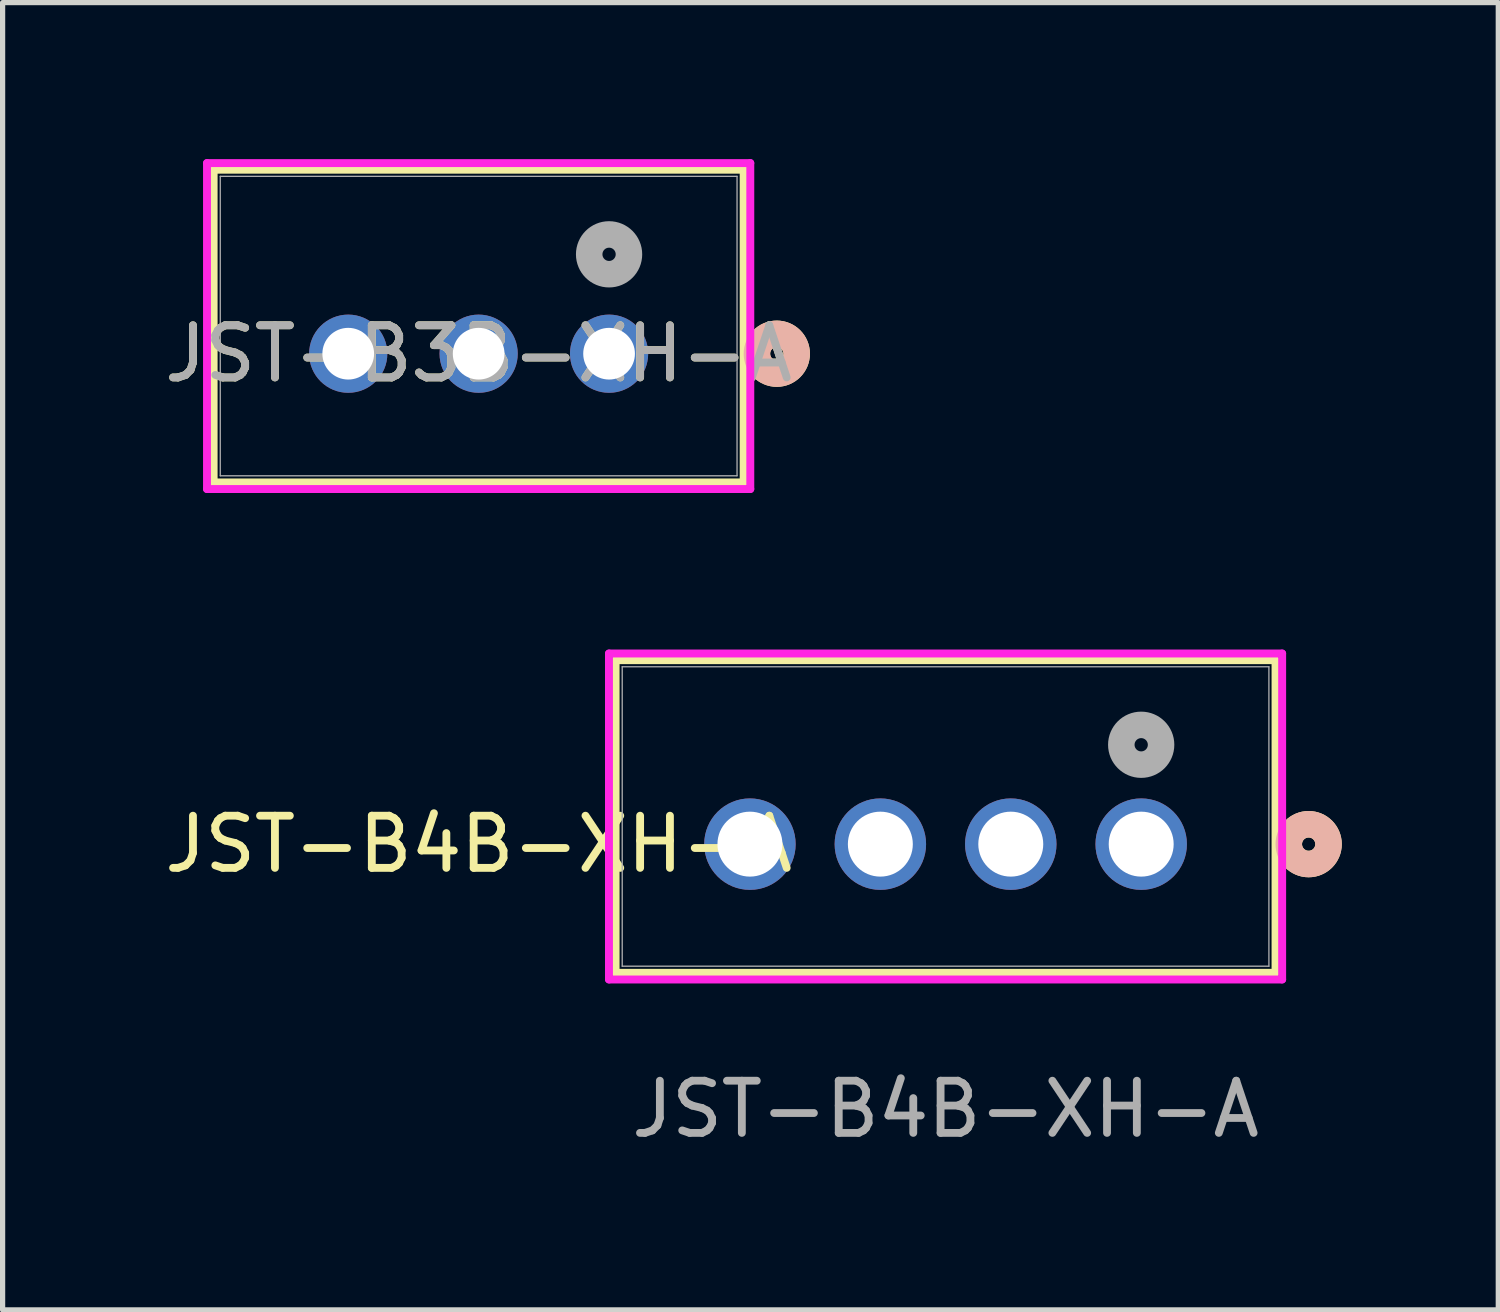
<source format=kicad_pcb>
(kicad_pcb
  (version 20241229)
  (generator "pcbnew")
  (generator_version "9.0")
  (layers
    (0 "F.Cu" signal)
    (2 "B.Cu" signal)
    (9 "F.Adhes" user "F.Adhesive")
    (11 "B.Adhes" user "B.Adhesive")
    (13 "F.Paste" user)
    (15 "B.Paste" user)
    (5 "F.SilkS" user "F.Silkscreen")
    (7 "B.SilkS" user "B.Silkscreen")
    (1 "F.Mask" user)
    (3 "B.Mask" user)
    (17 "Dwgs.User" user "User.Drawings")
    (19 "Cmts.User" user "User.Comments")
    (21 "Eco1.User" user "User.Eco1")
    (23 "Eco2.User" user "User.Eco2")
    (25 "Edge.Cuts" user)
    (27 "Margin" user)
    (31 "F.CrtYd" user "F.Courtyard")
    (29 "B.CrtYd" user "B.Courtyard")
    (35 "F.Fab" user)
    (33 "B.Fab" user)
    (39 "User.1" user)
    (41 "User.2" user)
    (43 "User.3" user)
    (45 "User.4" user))
  (footprint "JST-B3B-XH-A"
    (layer "F.Cu")
    (at 8.625 3.73)
    (property "Reference" "JST-B3B-XH-A" (at -2.5 0 0) (unlocked yes) (layer "F.SilkS") (effects (font (size 1 1) (thickness 0.15))))
    (attr through_hole)
    (fp_line (start -7.58 -3.527) (end -7.58 2.467) (stroke (width 0.152) (type solid)) (layer "F.SilkS"))
    (fp_line (start -7.58 2.467) (end 2.58 2.467) (stroke (width 0.152) (type solid)) (layer "F.SilkS"))
    (fp_line (start 2.58 -3.527) (end -7.58 -3.527) (stroke (width 0.152) (type solid)) (layer "F.SilkS"))
    (fp_line (start 2.58 2.467) (end 2.58 -3.527) (stroke (width 0.152) (type solid)) (layer "F.SilkS"))
    (fp_circle (center 3.215 0) (end 3.596 0) (stroke (width 0.508) (type solid)) (fill no) (layer "F.SilkS"))
    (fp_circle (center 3.215 0) (end 3.596 0) (stroke (width 0.508) (type solid)) (fill no) (layer "B.SilkS"))
    (fp_line (start -7.707 -3.654) (end -7.707 2.594) (stroke (width 0.152) (type solid)) (layer "F.CrtYd"))
    (fp_line (start -7.707 2.594) (end 2.707 2.594) (stroke (width 0.152) (type solid)) (layer "F.CrtYd"))
    (fp_line (start 2.707 -3.654) (end -7.707 -3.654) (stroke (width 0.152) (type solid)) (layer "F.CrtYd"))
    (fp_line (start 2.707 2.594) (end 2.707 -3.654) (stroke (width 0.152) (type solid)) (layer "F.CrtYd"))
    (fp_line (start -7.453 -3.4) (end -7.453 2.34) (stroke (width 0.025) (type solid)) (layer "F.Fab"))
    (fp_line (start -7.453 2.34) (end 2.453 2.34) (stroke (width 0.025) (type solid)) (layer "F.Fab"))
    (fp_line (start 2.453 -3.4) (end -7.453 -3.4) (stroke (width 0.025) (type solid)) (layer "F.Fab"))
    (fp_line (start 2.453 2.34) (end 2.453 -3.4) (stroke (width 0.025) (type solid)) (layer "F.Fab"))
    (fp_circle (center 0 -1.905) (end 0.381 -1.905) (stroke (width 0.508) (type solid)) (fill no) (layer "F.Fab"))
    (fp_text user "${REFERENCE}" (at -2.5 0 0) (unlocked yes) (layer "F.Fab") (effects (font (size 1 1) (thickness 0.15))))
    (pad "1" thru_hole circle (at 0 0) (size 1.499 1.499) (drill 0.991) (layers "*.Cu" "*.Mask"))
    (pad "2" thru_hole circle (at -2.5 0) (size 1.499 1.499) (drill 0.991) (layers "*.Cu" "*.Mask"))
    (pad "3" thru_hole circle (at -5 0) (size 1.499 1.499) (drill 0.991) (layers "*.Cu" "*.Mask")))
  (footprint "JST-B4B-XH-A"
    (layer "F.Cu")
    (at 18.825 13.131)
    (property "Reference" "JST-B4B-XH-A" (at -12.7 0 0) (unlocked yes) (layer "F.SilkS") (effects (font (size 1 1) (thickness 0.15))))
    (attr through_hole)
    (fp_line (start -10.075 -3.527) (end -10.075 2.467) (stroke (width 0.152) (type solid)) (layer "F.SilkS"))
    (fp_line (start -10.075 2.467) (end 2.575 2.467) (stroke (width 0.152) (type solid)) (layer "F.SilkS"))
    (fp_line (start 2.575 -3.527) (end -10.075 -3.527) (stroke (width 0.152) (type solid)) (layer "F.SilkS"))
    (fp_line (start 2.575 2.467) (end 2.575 -3.527) (stroke (width 0.152) (type solid)) (layer "F.SilkS"))
    (fp_circle (center 3.21 0) (end 3.591 0) (stroke (width 0.508) (type solid)) (fill no) (layer "F.SilkS"))
    (fp_circle (center 3.21 0) (end 3.591 0) (stroke (width 0.508) (type solid)) (fill no) (layer "B.SilkS"))
    (fp_line (start -10.202 -3.654) (end -10.202 2.594) (stroke (width 0.152) (type solid)) (layer "F.CrtYd"))
    (fp_line (start -10.202 2.594) (end 2.702 2.594) (stroke (width 0.152) (type solid)) (layer "F.CrtYd"))
    (fp_line (start 2.702 -3.654) (end -10.202 -3.654) (stroke (width 0.152) (type solid)) (layer "F.CrtYd"))
    (fp_line (start 2.702 2.594) (end 2.702 -3.654) (stroke (width 0.152) (type solid)) (layer "F.CrtYd"))
    (fp_line (start -9.948 -3.4) (end -9.948 2.34) (stroke (width 0.025) (type solid)) (layer "F.Fab"))
    (fp_line (start -9.948 2.34) (end 2.448 2.34) (stroke (width 0.025) (type solid)) (layer "F.Fab"))
    (fp_line (start 2.448 -3.4) (end -9.948 -3.4) (stroke (width 0.025) (type solid)) (layer "F.Fab"))
    (fp_line (start 2.448 2.34) (end 2.448 -3.4) (stroke (width 0.025) (type solid)) (layer "F.Fab"))
    (fp_circle (center 0 -1.905) (end 0.381 -1.905) (stroke (width 0.508) (type solid)) (fill no) (layer "F.Fab"))
    (fp_text user "${REFERENCE}" (at -3.75 5.08 0) (unlocked yes) (layer "F.Fab") (effects (font (size 1 1) (thickness 0.15))))
    (pad "1" thru_hole circle (at 0 0) (size 1.753 1.753) (drill 1.245) (layers "*.Cu" "*.Mask"))
    (pad "2" thru_hole circle (at -2.5 0) (size 1.753 1.753) (drill 1.245) (layers "*.Cu" "*.Mask"))
    (pad "3" thru_hole circle (at -5 0) (size 1.753 1.753) (drill 1.245) (layers "*.Cu" "*.Mask"))
    (pad "4" thru_hole circle (at -7.5 0) (size 1.753 1.753) (drill 1.245) (layers "*.Cu" "*.Mask")))
  (gr_rect
    (start -3 -3)
    (end 25.67 22.059)
    (stroke (width 0.1) (type default))
    (fill no)
    (layer "Edge.Cuts")))
</source>
